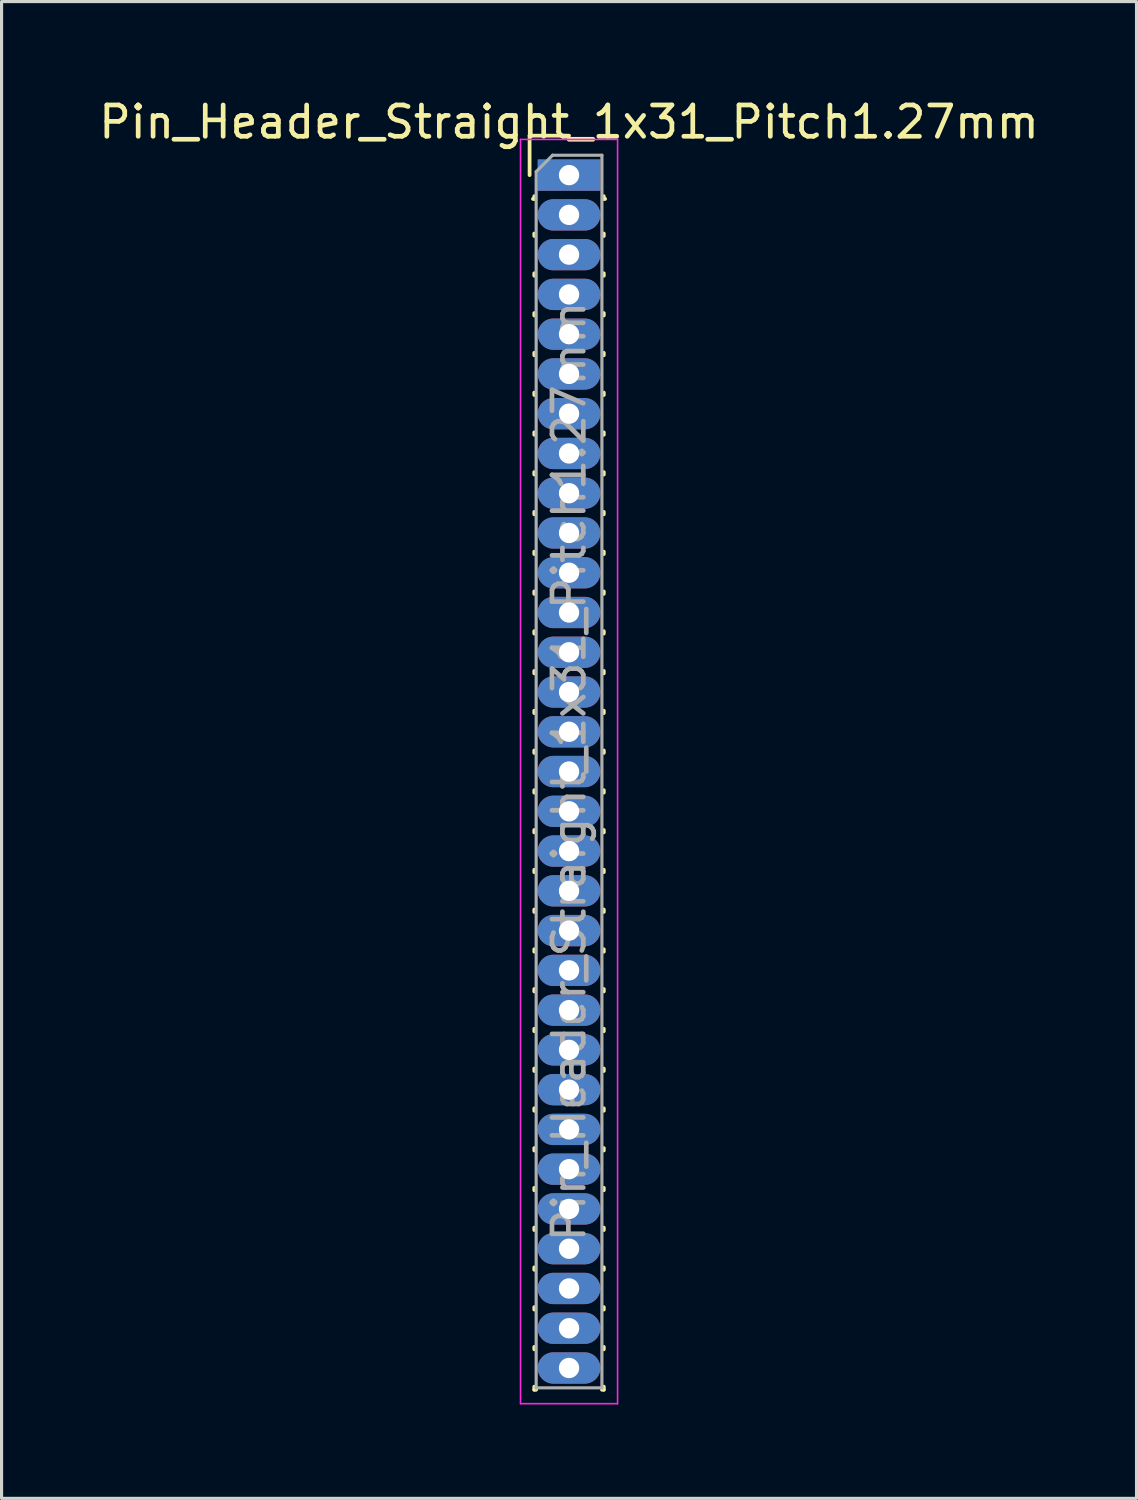
<source format=kicad_pcb>
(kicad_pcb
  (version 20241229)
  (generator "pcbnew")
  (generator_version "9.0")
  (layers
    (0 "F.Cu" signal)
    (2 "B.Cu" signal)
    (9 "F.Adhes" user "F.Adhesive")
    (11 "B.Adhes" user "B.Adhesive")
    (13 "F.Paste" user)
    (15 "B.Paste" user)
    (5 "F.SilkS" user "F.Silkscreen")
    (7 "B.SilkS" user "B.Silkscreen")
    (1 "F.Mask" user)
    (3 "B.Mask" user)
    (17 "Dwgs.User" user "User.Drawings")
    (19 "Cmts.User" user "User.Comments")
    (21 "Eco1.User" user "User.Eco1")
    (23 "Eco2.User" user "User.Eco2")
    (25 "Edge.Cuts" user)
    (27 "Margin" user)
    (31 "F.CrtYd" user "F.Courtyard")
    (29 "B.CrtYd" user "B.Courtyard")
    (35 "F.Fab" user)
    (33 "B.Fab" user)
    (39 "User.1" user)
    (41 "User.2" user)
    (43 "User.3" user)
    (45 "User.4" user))
  (footprint "Pin_Header_Straight_1x31_Pitch1.27mm"
    (layer "F.Cu")
    (at 15.125 2.543)
    (property "Reference" "Pin_Header_Straight_1x31_Pitch1.27mm" (at 0 -1.695 0) (layer "F.SilkS") (effects (font (size 1 1) (thickness 0.15))))
    (attr through_hole)
    (fp_line (start -1.26 -1.26) (end 0 -1.26) (stroke (width 0.12) (type solid)) (layer "F.SilkS"))
    (fp_line (start -1.26 0) (end -1.26 -1.26) (stroke (width 0.12) (type solid)) (layer "F.SilkS"))
    (fp_line (start -1.11 0.76) (end -1.152 0.76) (stroke (width 0.12) (type solid)) (layer "F.SilkS"))
    (fp_line (start -1.11 0.76) (end -1.11 0.674) (stroke (width 0.12) (type solid)) (layer "F.SilkS"))
    (fp_line (start -1.11 1.866) (end -1.11 1.944) (stroke (width 0.12) (type solid)) (layer "F.SilkS"))
    (fp_line (start -1.11 3.136) (end -1.11 3.214) (stroke (width 0.12) (type solid)) (layer "F.SilkS"))
    (fp_line (start -1.11 4.406) (end -1.11 4.484) (stroke (width 0.12) (type solid)) (layer "F.SilkS"))
    (fp_line (start -1.11 5.676) (end -1.11 5.754) (stroke (width 0.12) (type solid)) (layer "F.SilkS"))
    (fp_line (start -1.11 6.946) (end -1.11 7.024) (stroke (width 0.12) (type solid)) (layer "F.SilkS"))
    (fp_line (start -1.11 8.216) (end -1.11 8.294) (stroke (width 0.12) (type solid)) (layer "F.SilkS"))
    (fp_line (start -1.11 9.486) (end -1.11 9.564) (stroke (width 0.12) (type solid)) (layer "F.SilkS"))
    (fp_line (start -1.11 10.756) (end -1.11 10.834) (stroke (width 0.12) (type solid)) (layer "F.SilkS"))
    (fp_line (start -1.11 12.026) (end -1.11 12.104) (stroke (width 0.12) (type solid)) (layer "F.SilkS"))
    (fp_line (start -1.11 13.296) (end -1.11 13.374) (stroke (width 0.12) (type solid)) (layer "F.SilkS"))
    (fp_line (start -1.11 14.566) (end -1.11 14.644) (stroke (width 0.12) (type solid)) (layer "F.SilkS"))
    (fp_line (start -1.11 15.836) (end -1.11 15.914) (stroke (width 0.12) (type solid)) (layer "F.SilkS"))
    (fp_line (start -1.11 17.106) (end -1.11 17.184) (stroke (width 0.12) (type solid)) (layer "F.SilkS"))
    (fp_line (start -1.11 18.376) (end -1.11 18.454) (stroke (width 0.12) (type solid)) (layer "F.SilkS"))
    (fp_line (start -1.11 19.646) (end -1.11 19.724) (stroke (width 0.12) (type solid)) (layer "F.SilkS"))
    (fp_line (start -1.11 20.916) (end -1.11 20.994) (stroke (width 0.12) (type solid)) (layer "F.SilkS"))
    (fp_line (start -1.11 22.186) (end -1.11 22.264) (stroke (width 0.12) (type solid)) (layer "F.SilkS"))
    (fp_line (start -1.11 23.456) (end -1.11 23.534) (stroke (width 0.12) (type solid)) (layer "F.SilkS"))
    (fp_line (start -1.11 24.726) (end -1.11 24.804) (stroke (width 0.12) (type solid)) (layer "F.SilkS"))
    (fp_line (start -1.11 25.996) (end -1.11 26.074) (stroke (width 0.12) (type solid)) (layer "F.SilkS"))
    (fp_line (start -1.11 27.266) (end -1.11 27.344) (stroke (width 0.12) (type solid)) (layer "F.SilkS"))
    (fp_line (start -1.11 28.536) (end -1.11 28.614) (stroke (width 0.12) (type solid)) (layer "F.SilkS"))
    (fp_line (start -1.11 29.806) (end -1.11 29.884) (stroke (width 0.12) (type solid)) (layer "F.SilkS"))
    (fp_line (start -1.11 31.076) (end -1.11 31.154) (stroke (width 0.12) (type solid)) (layer "F.SilkS"))
    (fp_line (start -1.11 32.346) (end -1.11 32.424) (stroke (width 0.12) (type solid)) (layer "F.SilkS"))
    (fp_line (start -1.11 33.616) (end -1.11 33.694) (stroke (width 0.12) (type solid)) (layer "F.SilkS"))
    (fp_line (start -1.11 34.886) (end -1.11 34.964) (stroke (width 0.12) (type solid)) (layer "F.SilkS"))
    (fp_line (start -1.11 36.156) (end -1.11 36.234) (stroke (width 0.12) (type solid)) (layer "F.SilkS"))
    (fp_line (start -1.11 37.426) (end -1.11 37.504) (stroke (width 0.12) (type solid)) (layer "F.SilkS"))
    (fp_line (start -1.11 38.696) (end -1.11 38.795) (stroke (width 0.12) (type solid)) (layer "F.SilkS"))
    (fp_line (start -1.11 38.795) (end -1.051 38.795) (stroke (width 0.12) (type solid)) (layer "F.SilkS"))
    (fp_line (start 1.051 38.795) (end 1.11 38.795) (stroke (width 0.12) (type solid)) (layer "F.SilkS"))
    (fp_line (start 1.11 0.76) (end 1.11 0.674) (stroke (width 0.12) (type solid)) (layer "F.SilkS"))
    (fp_line (start 1.11 1.866) (end 1.11 1.944) (stroke (width 0.12) (type solid)) (layer "F.SilkS"))
    (fp_line (start 1.11 3.136) (end 1.11 3.214) (stroke (width 0.12) (type solid)) (layer "F.SilkS"))
    (fp_line (start 1.11 4.406) (end 1.11 4.484) (stroke (width 0.12) (type solid)) (layer "F.SilkS"))
    (fp_line (start 1.11 5.676) (end 1.11 5.754) (stroke (width 0.12) (type solid)) (layer "F.SilkS"))
    (fp_line (start 1.11 6.946) (end 1.11 7.024) (stroke (width 0.12) (type solid)) (layer "F.SilkS"))
    (fp_line (start 1.11 8.216) (end 1.11 8.294) (stroke (width 0.12) (type solid)) (layer "F.SilkS"))
    (fp_line (start 1.11 9.486) (end 1.11 9.564) (stroke (width 0.12) (type solid)) (layer "F.SilkS"))
    (fp_line (start 1.11 10.756) (end 1.11 10.834) (stroke (width 0.12) (type solid)) (layer "F.SilkS"))
    (fp_line (start 1.11 12.026) (end 1.11 12.104) (stroke (width 0.12) (type solid)) (layer "F.SilkS"))
    (fp_line (start 1.11 13.296) (end 1.11 13.374) (stroke (width 0.12) (type solid)) (layer "F.SilkS"))
    (fp_line (start 1.11 14.566) (end 1.11 14.644) (stroke (width 0.12) (type solid)) (layer "F.SilkS"))
    (fp_line (start 1.11 15.836) (end 1.11 15.914) (stroke (width 0.12) (type solid)) (layer "F.SilkS"))
    (fp_line (start 1.11 17.106) (end 1.11 17.184) (stroke (width 0.12) (type solid)) (layer "F.SilkS"))
    (fp_line (start 1.11 18.376) (end 1.11 18.454) (stroke (width 0.12) (type solid)) (layer "F.SilkS"))
    (fp_line (start 1.11 19.646) (end 1.11 19.724) (stroke (width 0.12) (type solid)) (layer "F.SilkS"))
    (fp_line (start 1.11 20.916) (end 1.11 20.994) (stroke (width 0.12) (type solid)) (layer "F.SilkS"))
    (fp_line (start 1.11 22.186) (end 1.11 22.264) (stroke (width 0.12) (type solid)) (layer "F.SilkS"))
    (fp_line (start 1.11 23.456) (end 1.11 23.534) (stroke (width 0.12) (type solid)) (layer "F.SilkS"))
    (fp_line (start 1.11 24.726) (end 1.11 24.804) (stroke (width 0.12) (type solid)) (layer "F.SilkS"))
    (fp_line (start 1.11 25.996) (end 1.11 26.074) (stroke (width 0.12) (type solid)) (layer "F.SilkS"))
    (fp_line (start 1.11 27.266) (end 1.11 27.344) (stroke (width 0.12) (type solid)) (layer "F.SilkS"))
    (fp_line (start 1.11 28.536) (end 1.11 28.614) (stroke (width 0.12) (type solid)) (layer "F.SilkS"))
    (fp_line (start 1.11 29.806) (end 1.11 29.884) (stroke (width 0.12) (type solid)) (layer "F.SilkS"))
    (fp_line (start 1.11 31.076) (end 1.11 31.154) (stroke (width 0.12) (type solid)) (layer "F.SilkS"))
    (fp_line (start 1.11 32.346) (end 1.11 32.424) (stroke (width 0.12) (type solid)) (layer "F.SilkS"))
    (fp_line (start 1.11 33.616) (end 1.11 33.694) (stroke (width 0.12) (type solid)) (layer "F.SilkS"))
    (fp_line (start 1.11 34.886) (end 1.11 34.964) (stroke (width 0.12) (type solid)) (layer "F.SilkS"))
    (fp_line (start 1.11 36.156) (end 1.11 36.234) (stroke (width 0.12) (type solid)) (layer "F.SilkS"))
    (fp_line (start 1.11 37.426) (end 1.11 37.504) (stroke (width 0.12) (type solid)) (layer "F.SilkS"))
    (fp_line (start 1.11 38.696) (end 1.11 38.795) (stroke (width 0.12) (type solid)) (layer "F.SilkS"))
    (fp_line (start 1.152 0.76) (end 1.11 0.76) (stroke (width 0.12) (type solid)) (layer "F.SilkS"))
    (fp_line (start -1.55 -1.14) (end -1.55 39.24) (stroke (width 0.05) (type solid)) (layer "F.CrtYd"))
    (fp_line (start -1.55 39.24) (end 1.55 39.24) (stroke (width 0.05) (type solid)) (layer "F.CrtYd"))
    (fp_line (start 1.55 -1.14) (end -1.55 -1.14) (stroke (width 0.05) (type solid)) (layer "F.CrtYd"))
    (fp_line (start 1.55 39.24) (end 1.55 -1.14) (stroke (width 0.05) (type solid)) (layer "F.CrtYd"))
    (fp_line (start -1.05 -0.11) (end -0.525 -0.635) (stroke (width 0.1) (type solid)) (layer "F.Fab"))
    (fp_line (start -1.05 38.735) (end -1.05 -0.11) (stroke (width 0.1) (type solid)) (layer "F.Fab"))
    (fp_line (start -0.525 -0.635) (end 1.05 -0.635) (stroke (width 0.1) (type solid)) (layer "F.Fab"))
    (fp_line (start 1.05 -0.635) (end 1.05 38.735) (stroke (width 0.1) (type solid)) (layer "F.Fab"))
    (fp_line (start 1.05 38.735) (end -1.05 38.735) (stroke (width 0.1) (type solid)) (layer "F.Fab"))
    (fp_text user "${REFERENCE}" (at 0 19.05 90) (layer "F.Fab") (effects (font (size 1 1) (thickness 0.15))))
    (pad "1" thru_hole rect (at 0 0) (size 2 1) (drill 0.65) (layers "*.Cu" "*.Mask"))
    (pad "2" thru_hole oval (at 0 1.27) (size 2 1) (drill 0.65) (layers "*.Cu" "*.Mask"))
    (pad "3" thru_hole oval (at 0 2.54) (size 2 1) (drill 0.65) (layers "*.Cu" "*.Mask"))
    (pad "4" thru_hole oval (at 0 3.81) (size 2 1) (drill 0.65) (layers "*.Cu" "*.Mask"))
    (pad "5" thru_hole oval (at 0 5.08) (size 2 1) (drill 0.65) (layers "*.Cu" "*.Mask"))
    (pad "6" thru_hole oval (at 0 6.35) (size 2 1) (drill 0.65) (layers "*.Cu" "*.Mask"))
    (pad "7" thru_hole oval (at 0 7.62) (size 2 1) (drill 0.65) (layers "*.Cu" "*.Mask"))
    (pad "8" thru_hole oval (at 0 8.89) (size 2 1) (drill 0.65) (layers "*.Cu" "*.Mask"))
    (pad "9" thru_hole oval (at 0 10.16) (size 2 1) (drill 0.65) (layers "*.Cu" "*.Mask"))
    (pad "10" thru_hole oval (at 0 11.43) (size 2 1) (drill 0.65) (layers "*.Cu" "*.Mask"))
    (pad "11" thru_hole oval (at 0 12.7) (size 2 1) (drill 0.65) (layers "*.Cu" "*.Mask"))
    (pad "12" thru_hole oval (at 0 13.97) (size 2 1) (drill 0.65) (layers "*.Cu" "*.Mask"))
    (pad "13" thru_hole oval (at 0 15.24) (size 2 1) (drill 0.65) (layers "*.Cu" "*.Mask"))
    (pad "14" thru_hole oval (at 0 16.51) (size 2 1) (drill 0.65) (layers "*.Cu" "*.Mask"))
    (pad "15" thru_hole oval (at 0 17.78) (size 2 1) (drill 0.65) (layers "*.Cu" "*.Mask"))
    (pad "16" thru_hole oval (at 0 19.05) (size 2 1) (drill 0.65) (layers "*.Cu" "*.Mask"))
    (pad "17" thru_hole oval (at 0 20.32) (size 2 1) (drill 0.65) (layers "*.Cu" "*.Mask"))
    (pad "18" thru_hole oval (at 0 21.59) (size 2 1) (drill 0.65) (layers "*.Cu" "*.Mask"))
    (pad "19" thru_hole oval (at 0 22.86) (size 2 1) (drill 0.65) (layers "*.Cu" "*.Mask"))
    (pad "20" thru_hole oval (at 0 24.13) (size 2 1) (drill 0.65) (layers "*.Cu" "*.Mask"))
    (pad "21" thru_hole oval (at 0 25.4) (size 2 1) (drill 0.65) (layers "*.Cu" "*.Mask"))
    (pad "22" thru_hole oval (at 0 26.67) (size 2 1) (drill 0.65) (layers "*.Cu" "*.Mask"))
    (pad "23" thru_hole oval (at 0 27.94) (size 2 1) (drill 0.65) (layers "*.Cu" "*.Mask"))
    (pad "24" thru_hole oval (at 0 29.21) (size 2 1) (drill 0.65) (layers "*.Cu" "*.Mask"))
    (pad "25" thru_hole oval (at 0 30.48) (size 2 1) (drill 0.65) (layers "*.Cu" "*.Mask"))
    (pad "26" thru_hole oval (at 0 31.75) (size 2 1) (drill 0.65) (layers "*.Cu" "*.Mask"))
    (pad "27" thru_hole oval (at 0 33.02) (size 2 1) (drill 0.65) (layers "*.Cu" "*.Mask"))
    (pad "28" thru_hole oval (at 0 34.29) (size 2 1) (drill 0.65) (layers "*.Cu" "*.Mask"))
    (pad "29" thru_hole oval (at 0 35.56) (size 2 1) (drill 0.65) (layers "*.Cu" "*.Mask"))
    (pad "30" thru_hole oval (at 0 36.83) (size 2 1) (drill 0.65) (layers "*.Cu" "*.Mask"))
    (pad "31" thru_hole oval (at 0 38.1) (size 2 1) (drill 0.65) (layers "*.Cu" "*.Mask")))
  (gr_rect
    (start -3 -3)
    (end 33.25 44.808)
    (stroke (width 0.1) (type default))
    (fill no)
    (layer "Edge.Cuts")))
</source>
